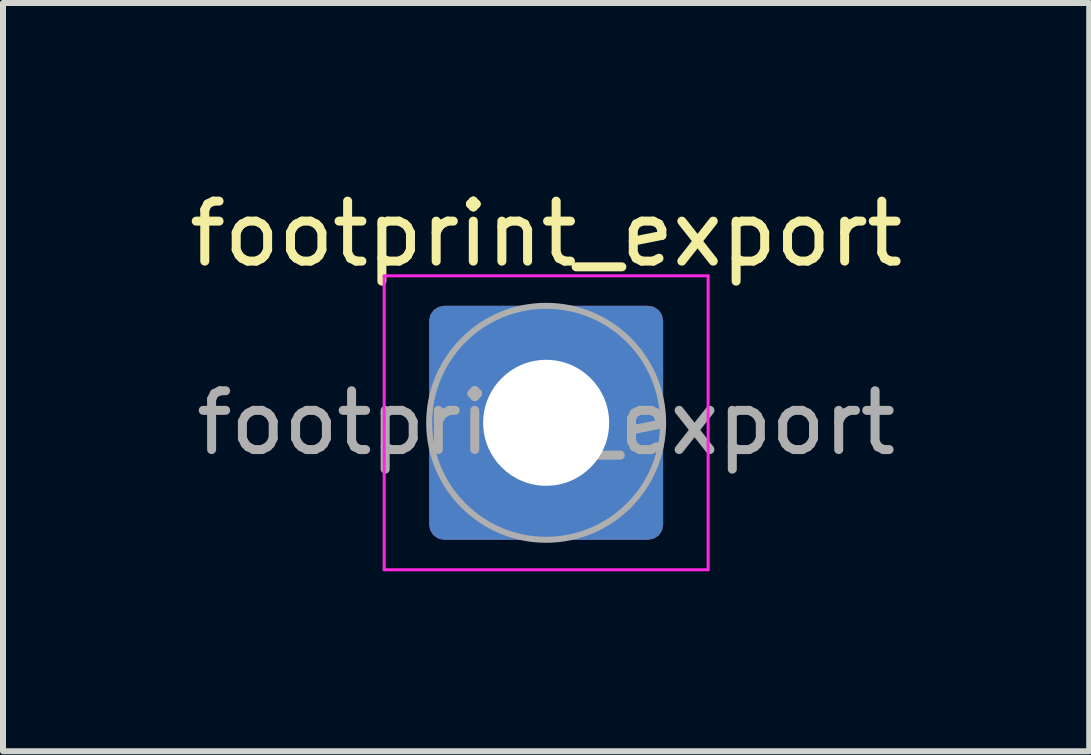
<source format=kicad_pcb>
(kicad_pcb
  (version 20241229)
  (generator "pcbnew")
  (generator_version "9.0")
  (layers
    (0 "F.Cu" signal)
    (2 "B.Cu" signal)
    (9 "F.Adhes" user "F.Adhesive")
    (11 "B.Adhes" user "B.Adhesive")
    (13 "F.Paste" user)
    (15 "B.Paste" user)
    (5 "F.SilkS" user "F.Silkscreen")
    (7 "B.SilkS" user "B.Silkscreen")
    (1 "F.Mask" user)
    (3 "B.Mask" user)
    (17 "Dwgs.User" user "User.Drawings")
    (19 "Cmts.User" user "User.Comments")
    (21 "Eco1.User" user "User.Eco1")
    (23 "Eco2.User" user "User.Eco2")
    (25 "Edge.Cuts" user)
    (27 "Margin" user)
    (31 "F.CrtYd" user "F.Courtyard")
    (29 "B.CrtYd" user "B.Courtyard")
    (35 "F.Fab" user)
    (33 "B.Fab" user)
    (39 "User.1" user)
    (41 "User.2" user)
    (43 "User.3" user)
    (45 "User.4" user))
  (footprint "footprint_export"
    (layer "F.Cu")
    (at 6.054 3.998)
    (property "Reference" "footprint_export" (at 0 -3.15 0) (layer "F.SilkS") (effects (font (size 1 1) (thickness 0.15))))
    (attr exclude_from_pos_files exclude_from_bom)
    (fp_line (start -2.7 -2.45) (end -2.7 2.45) (stroke (width 0.05) (type solid)) (layer "F.CrtYd"))
    (fp_line (start -2.7 2.45) (end 2.7 2.45) (stroke (width 0.05) (type solid)) (layer "F.CrtYd"))
    (fp_line (start 2.7 -2.45) (end -2.7 -2.45) (stroke (width 0.05) (type solid)) (layer "F.CrtYd"))
    (fp_line (start 2.7 2.45) (end 2.7 -2.45) (stroke (width 0.05) (type solid)) (layer "F.CrtYd"))
    (fp_circle (center 0 0) (end 1.95 0) (stroke (width 0.1) (type solid)) (fill no) (layer "F.Fab"))
    (fp_text user "${REFERENCE}" (at 0 0 0) (layer "F.Fab") (effects (font (size 0.98 0.98) (thickness 0.15))))
    (pad "1" thru_hole roundrect (at 0 0) (size 3.9 3.9) (drill 2.1) (layers "*.Cu" "*.Mask") (roundrect_rratio 0.064)))
  (gr_rect
    (start -3 -3)
    (end 15.107 9.473)
    (stroke (width 0.1) (type default))
    (fill no)
    (layer "Edge.Cuts")))
</source>
